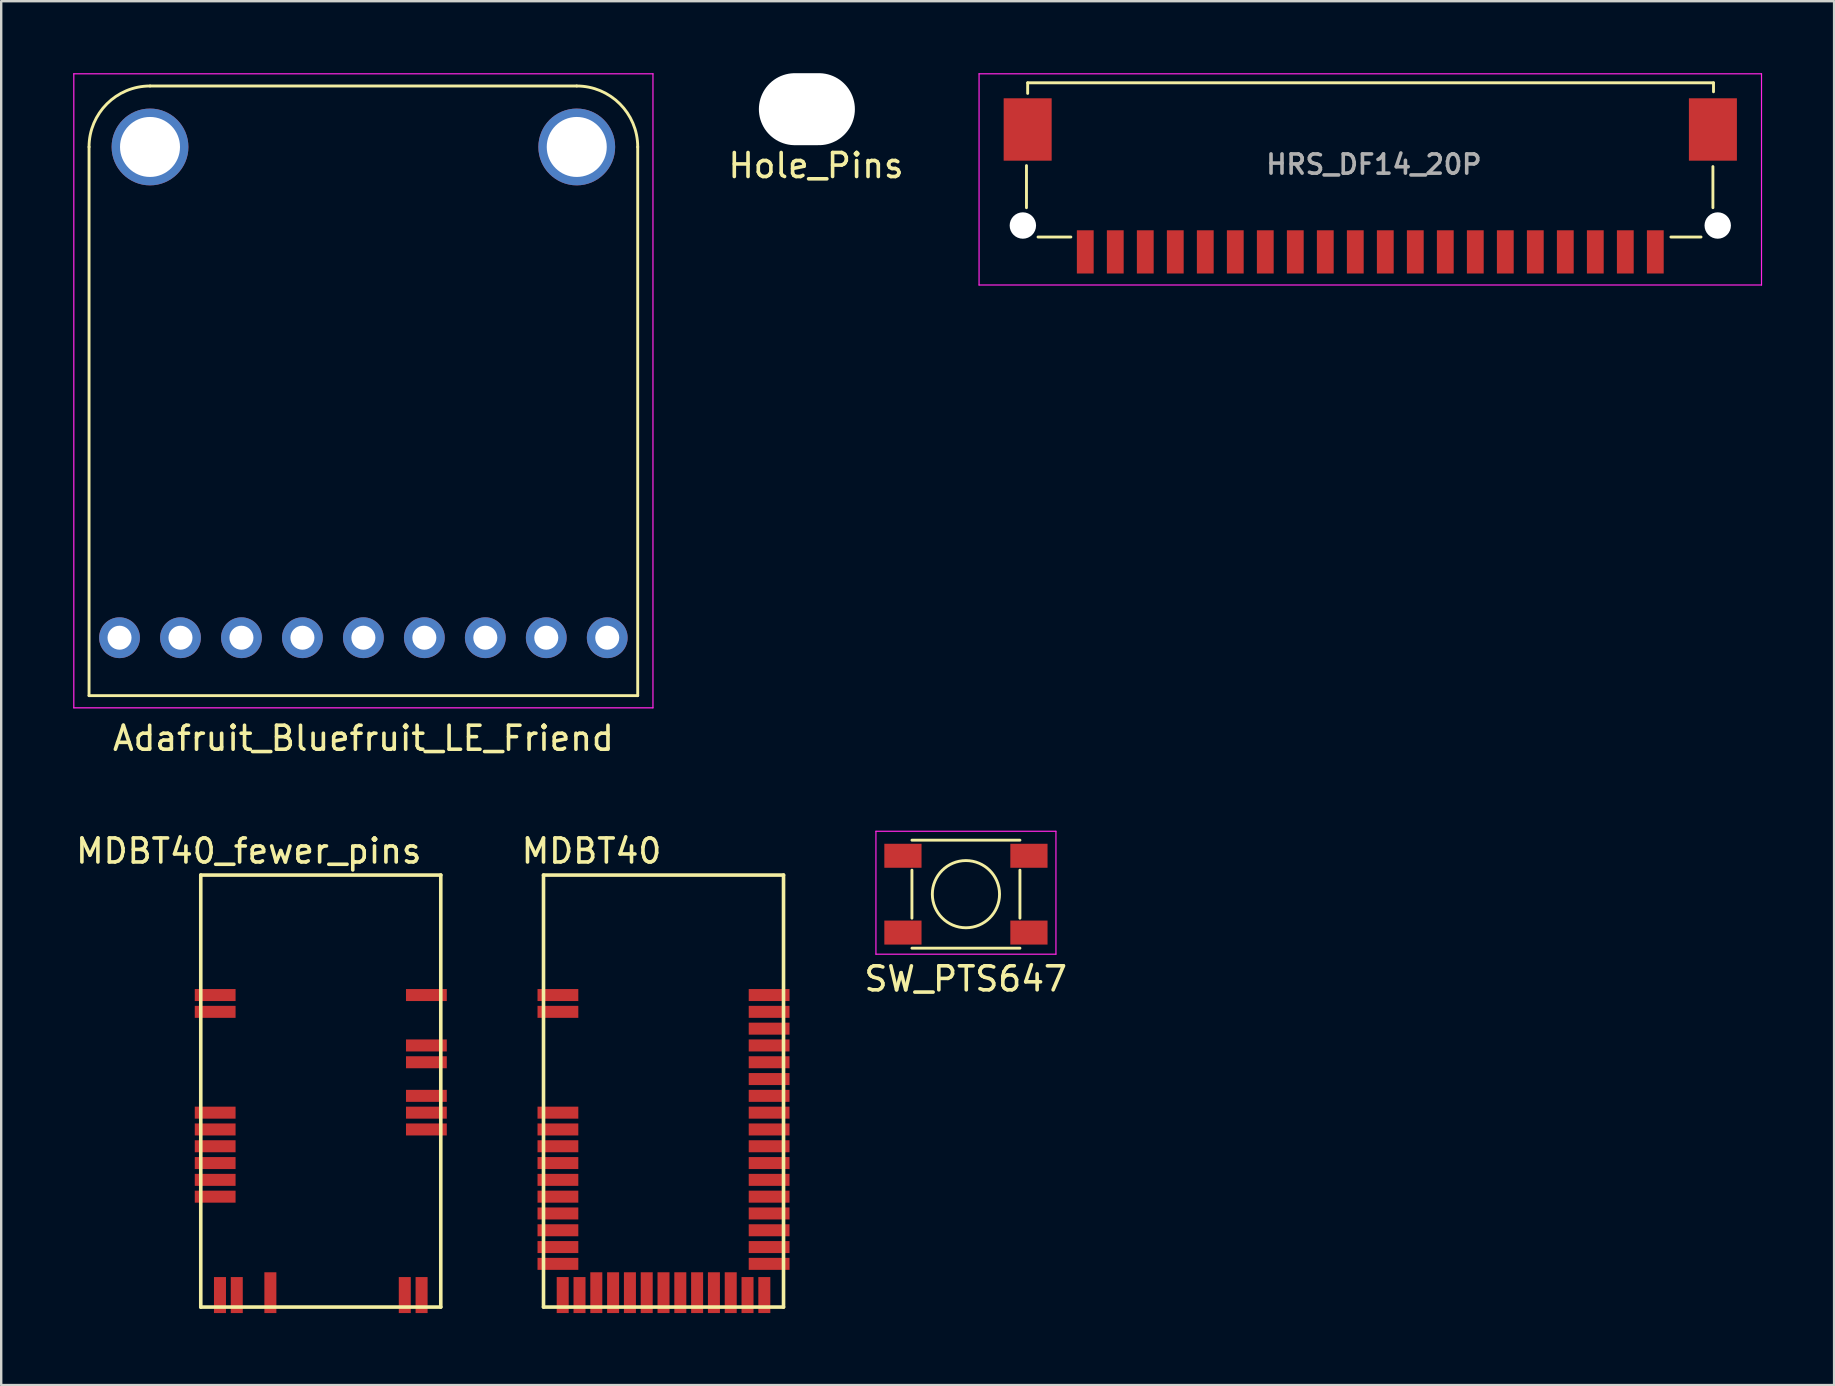
<source format=kicad_pcb>
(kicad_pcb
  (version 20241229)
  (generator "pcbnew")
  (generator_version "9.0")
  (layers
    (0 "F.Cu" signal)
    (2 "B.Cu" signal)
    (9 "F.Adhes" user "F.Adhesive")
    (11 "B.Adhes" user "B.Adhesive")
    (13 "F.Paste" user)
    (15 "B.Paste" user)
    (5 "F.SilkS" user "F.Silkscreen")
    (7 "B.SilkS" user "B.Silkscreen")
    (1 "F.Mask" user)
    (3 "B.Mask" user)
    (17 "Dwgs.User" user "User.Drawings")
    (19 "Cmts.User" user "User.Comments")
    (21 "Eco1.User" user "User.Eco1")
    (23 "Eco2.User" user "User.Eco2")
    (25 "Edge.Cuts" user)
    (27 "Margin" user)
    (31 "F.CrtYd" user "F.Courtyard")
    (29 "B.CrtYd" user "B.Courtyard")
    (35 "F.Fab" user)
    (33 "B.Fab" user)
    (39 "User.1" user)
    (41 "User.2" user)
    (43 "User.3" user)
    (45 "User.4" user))
  (footprint "MDBT40_fewer_pins"
    (layer "F.Cu")
    (at 10.315 42.408)
    (property "Reference" "MDBT40_fewer_pins" (at -3 -10 0) (layer "F.SilkS") (effects (font (size 1 1) (thickness 0.15))))
    (attr smd)
    (fp_line (start -5 -9) (end -5 9) (stroke (width 0.15) (type solid)) (layer "F.SilkS"))
    (fp_line (start -5 9) (end 5 9) (stroke (width 0.15) (type solid)) (layer "F.SilkS"))
    (fp_line (start 5 -9) (end -5 -9) (stroke (width 0.15) (type solid)) (layer "F.SilkS"))
    (fp_line (start 5 9) (end 5 -9) (stroke (width 0.15) (type solid)) (layer "F.SilkS"))
    (pad "1" smd rect (at -5 -4) (size 1.7 0.5) (drill (offset 0.6 0)) (layers "F.Cu" "F.Mask" "F.Paste"))
    (pad "2" smd rect (at -5 -3.3) (size 1.7 0.5) (drill (offset 0.6 0)) (layers "F.Cu" "F.Mask" "F.Paste"))
    (pad "3" smd rect (at -5 0.9) (size 1.7 0.5) (drill (offset 0.6 0)) (layers "F.Cu" "F.Mask" "F.Paste"))
    (pad "4" smd rect (at -5 1.6) (size 1.7 0.5) (drill (offset 0.6 0)) (layers "F.Cu" "F.Mask" "F.Paste"))
    (pad "5" smd rect (at -5 2.3) (size 1.7 0.5) (drill (offset 0.6 0)) (layers "F.Cu" "F.Mask" "F.Paste"))
    (pad "6" smd rect (at -5 3) (size 1.7 0.5) (drill (offset 0.6 0)) (layers "F.Cu" "F.Mask" "F.Paste"))
    (pad "7" smd rect (at -5 3.7) (size 1.7 0.5) (drill (offset 0.6 0)) (layers "F.Cu" "F.Mask" "F.Paste"))
    (pad "8" smd rect (at -5 4.4) (size 1.7 0.5) (drill (offset 0.6 0)) (layers "F.Cu" "F.Mask" "F.Paste"))
    (pad "13" smd rect (at -4.2 9 90) (size 1.5 0.5) (drill (offset 0.5 0)) (layers "F.Cu" "F.Mask" "F.Paste"))
    (pad "14" smd rect (at -3.5 9 90) (size 1.5 0.5) (drill (offset 0.5 0)) (layers "F.Cu" "F.Mask" "F.Paste"))
    (pad "16" smd rect (at -2.1 9 90) (size 1.7 0.5) (drill (offset 0.6 0)) (layers "F.Cu" "F.Mask" "F.Paste"))
    (pad "24" smd rect (at 3.5 9 90) (size 1.5 0.5) (drill (offset 0.5 0)) (layers "F.Cu" "F.Mask" "F.Paste"))
    (pad "25" smd rect (at 4.2 9 90) (size 1.5 0.5) (drill (offset 0.5 0)) (layers "F.Cu" "F.Mask" "F.Paste"))
    (pad "34" smd rect (at 5 1.6 180) (size 1.7 0.5) (drill (offset 0.6 0)) (layers "F.Cu" "F.Mask" "F.Paste"))
    (pad "35" smd rect (at 5 0.9 180) (size 1.7 0.5) (drill (offset 0.6 0)) (layers "F.Cu" "F.Mask" "F.Paste"))
    (pad "36" smd rect (at 5 0.2 180) (size 1.7 0.5) (drill (offset 0.6 0)) (layers "F.Cu" "F.Mask" "F.Paste"))
    (pad "38" smd rect (at 5 -1.2 180) (size 1.7 0.5) (drill (offset 0.6 0)) (layers "F.Cu" "F.Mask" "F.Paste"))
    (pad "39" smd rect (at 5 -1.9 180) (size 1.7 0.5) (drill (offset 0.6 0)) (layers "F.Cu" "F.Mask" "F.Paste"))
    (pad "42" smd rect (at 5 -4 180) (size 1.7 0.5) (drill (offset 0.6 0)) (layers "F.Cu" "F.Mask" "F.Paste")))
  (footprint "Hole_Pins"
    (layer "F.Cu")
    (at 30.568 1.563)
    (property "Reference" "Hole_Pins" (at 0.381 2.286 0) (layer "F.SilkS") (effects (font (size 1 1) (thickness 0.15))))
    (attr through_hole)
    (pad "" np_thru_hole oval (at 0 -0.064) (size 4 3) (drill oval 4 3) (layers "*.Cu" "*.Mask")))
  (footprint "HRS_DF14_20P"
    (layer "F.Cu")
    (at 54.042 4.525)
    (property "Reference" "HRS_DF14_20P" (at 0.15 -0.725 0) (layer "F.Fab") (effects (font (size 0.8 0.8) (thickness 0.15))))
    (attr through_hole)
    (fp_line (start -14.325 -0.675) (end -14.325 1.079) (stroke (width 0.12) (type solid)) (layer "F.SilkS"))
    (fp_line (start -14.275 -4.125) (end 14.3 -4.125) (stroke (width 0.12) (type solid)) (layer "F.SilkS"))
    (fp_line (start -14.275 -3.683) (end -14.275 -4.125) (stroke (width 0.12) (type solid)) (layer "F.SilkS"))
    (fp_line (start -13.843 2.3) (end -12.475 2.3) (stroke (width 0.12) (type solid)) (layer "F.SilkS"))
    (fp_line (start 13.78 2.3) (end 12.525 2.3) (stroke (width 0.12) (type solid)) (layer "F.SilkS"))
    (fp_line (start 14.275 -0.635) (end 14.275 1.079) (stroke (width 0.12) (type solid)) (layer "F.SilkS"))
    (fp_line (start 14.3 -4.125) (end 14.3 -3.75) (stroke (width 0.12) (type solid)) (layer "F.SilkS"))
    (fp_line (start -16.3 -4.5) (end 16.3 -4.5) (stroke (width 0.05) (type solid)) (layer "F.CrtYd"))
    (fp_line (start -16.3 4.3) (end -16.3 -4.5) (stroke (width 0.05) (type solid)) (layer "F.CrtYd"))
    (fp_line (start -16.3 4.3) (end 16.3 4.3) (stroke (width 0.05) (type solid)) (layer "F.CrtYd"))
    (fp_line (start 16.3 -4.5) (end 16.3 4.3) (stroke (width 0.05) (type solid)) (layer "F.CrtYd"))
    (pad "" np_thru_hole circle (at -14.475 1.821) (size 1.1 1.1) (drill 1.1) (layers "*.Cu" "*.Mask"))
    (pad "" np_thru_hole circle (at 14.476 1.821) (size 1.1 1.1) (drill 1.1) (layers "*.Cu" "*.Mask"))
    (pad "1" smd rect (at 11.875 2.92) (size 0.7 1.8) (layers "F.Cu" "F.Mask" "F.Paste"))
    (pad "2" smd rect (at 10.625 2.92) (size 0.7 1.8) (layers "F.Cu" "F.Mask" "F.Paste"))
    (pad "3" smd rect (at 9.375 2.92) (size 0.7 1.8) (layers "F.Cu" "F.Mask" "F.Paste"))
    (pad "4" smd rect (at 8.125 2.92) (size 0.7 1.8) (layers "F.Cu" "F.Mask" "F.Paste"))
    (pad "5" smd rect (at 6.875 2.92) (size 0.7 1.8) (layers "F.Cu" "F.Mask" "F.Paste"))
    (pad "6" smd rect (at 5.625 2.92) (size 0.7 1.8) (layers "F.Cu" "F.Mask" "F.Paste"))
    (pad "7" smd rect (at 4.375 2.92) (size 0.7 1.8) (layers "F.Cu" "F.Mask" "F.Paste"))
    (pad "8" smd rect (at 3.125 2.92) (size 0.7 1.8) (layers "F.Cu" "F.Mask" "F.Paste"))
    (pad "9" smd rect (at 1.875 2.92) (size 0.7 1.8) (layers "F.Cu" "F.Mask" "F.Paste"))
    (pad "10" smd rect (at 0.625 2.92) (size 0.7 1.8) (layers "F.Cu" "F.Mask" "F.Paste"))
    (pad "11" smd rect (at -0.625 2.92) (size 0.7 1.8) (layers "F.Cu" "F.Mask" "F.Paste"))
    (pad "12" smd rect (at -1.875 2.92) (size 0.7 1.8) (layers "F.Cu" "F.Mask" "F.Paste"))
    (pad "13" smd rect (at -3.125 2.92) (size 0.7 1.8) (layers "F.Cu" "F.Mask" "F.Paste"))
    (pad "14" smd rect (at -4.375 2.92) (size 0.7 1.8) (layers "F.Cu" "F.Mask" "F.Paste"))
    (pad "15" smd rect (at -5.625 2.92) (size 0.7 1.8) (layers "F.Cu" "F.Mask" "F.Paste"))
    (pad "16" smd rect (at -6.875 2.92) (size 0.7 1.8) (layers "F.Cu" "F.Mask" "F.Paste"))
    (pad "17" smd rect (at -8.125 2.92) (size 0.7 1.8) (layers "F.Cu" "F.Mask" "F.Paste"))
    (pad "18" smd rect (at -9.375 2.92) (size 0.7 1.8) (layers "F.Cu" "F.Mask" "F.Paste"))
    (pad "19" smd rect (at -10.625 2.92) (size 0.7 1.8) (layers "F.Cu" "F.Mask" "F.Paste"))
    (pad "20" smd rect (at -11.875 2.92) (size 0.7 1.8) (layers "F.Cu" "F.Mask" "F.Paste"))
    (pad "MP" smd rect (at -14.275 -2.18) (size 2 2.6) (layers "F.Cu" "F.Mask" "F.Paste"))
    (pad "MP" smd rect (at 14.275 -2.18) (size 2 2.6) (layers "F.Cu" "F.Mask" "F.Paste")))
  (footprint "Adafruit_Bluefruit_LE_Friend"
    (layer "F.Cu")
    (at 12.09 23.52)
    (property "Reference" "Adafruit_Bluefruit_LE_Friend" (at 0 4.191 0) (layer "F.SilkS") (effects (font (size 1 1) (thickness 0.15))))
    (attr through_hole)
    (fp_line (start -11.43 2.413) (end -11.43 -20.447) (stroke (width 0.12) (type solid)) (layer "F.SilkS"))
    (fp_line (start -11.43 2.413) (end 11.43 2.413) (stroke (width 0.12) (type solid)) (layer "F.SilkS"))
    (fp_line (start -8.89 -22.987) (end 8.89 -22.987) (stroke (width 0.12) (type solid)) (layer "F.SilkS"))
    (fp_line (start 11.43 2.413) (end 11.43 -20.447) (stroke (width 0.12) (type solid)) (layer "F.SilkS"))
    (fp_arc (start -11.43 -20.447) (mid -10.686051 -22.243051) (end -8.89 -22.987) (stroke (width 0.12) (type solid)) (layer "F.SilkS"))
    (fp_arc (start 8.89 -22.987) (mid 10.686051 -22.243051) (end 11.43 -20.447) (stroke (width 0.12) (type solid)) (layer "F.SilkS"))
    (fp_line (start -12.065 -23.495) (end 12.065 -23.495) (stroke (width 0.051) (type solid)) (layer "F.CrtYd"))
    (fp_line (start -12.065 2.921) (end -12.065 -23.495) (stroke (width 0.051) (type solid)) (layer "F.CrtYd"))
    (fp_line (start -12.065 2.921) (end 12.065 2.921) (stroke (width 0.051) (type solid)) (layer "F.CrtYd"))
    (fp_line (start 12.065 2.921) (end 12.065 -23.495) (stroke (width 0.051) (type solid)) (layer "F.CrtYd"))
    (pad "" thru_hole circle (at -8.89 -20.447) (size 3.2 3.2) (drill 2.5) (layers "*.Cu" "*.Mask"))
    (pad "" thru_hole circle (at 8.89 -20.447) (size 3.2 3.2) (drill 2.5) (layers "*.Cu" "*.Mask"))
    (pad "1" thru_hole circle (at -10.16 0) (size 1.7 1.7) (drill 1) (layers "*.Cu" "*.Mask"))
    (pad "2" thru_hole circle (at -7.62 0) (size 1.7 1.7) (drill 1) (layers "*.Cu" "*.Mask"))
    (pad "3" thru_hole circle (at -5.08 0) (size 1.7 1.7) (drill 1) (layers "*.Cu" "*.Mask"))
    (pad "4" thru_hole circle (at -2.54 0) (size 1.7 1.7) (drill 1) (layers "*.Cu" "*.Mask"))
    (pad "5" thru_hole circle (at 0 0) (size 1.7 1.7) (drill 1) (layers "*.Cu" "*.Mask"))
    (pad "6" thru_hole circle (at 2.54 0) (size 1.7 1.7) (drill 1) (layers "*.Cu" "*.Mask"))
    (pad "7" thru_hole circle (at 5.08 0) (size 1.7 1.7) (drill 1) (layers "*.Cu" "*.Mask"))
    (pad "8" thru_hole circle (at 7.62 0) (size 1.7 1.7) (drill 1) (layers "*.Cu" "*.Mask"))
    (pad "9" thru_hole circle (at 10.16 0) (size 1.7 1.7) (drill 1) (layers "*.Cu" "*.Mask")))
  (footprint "SW_PTS647"
    (layer "F.Cu")
    (at 37.195 34.205)
    (property "Reference" "SW_PTS647" (at -0.01 3.53 0) (layer "F.SilkS") (effects (font (size 1 1) (thickness 0.15))))
    (attr through_hole)
    (fp_line (start -2.25 -2.25) (end 2.25 -2.25) (stroke (width 0.12) (type solid)) (layer "F.SilkS"))
    (fp_line (start -2.25 -1) (end -2.25 1) (stroke (width 0.12) (type solid)) (layer "F.SilkS"))
    (fp_line (start -2.25 2.25) (end 2.25 2.25) (stroke (width 0.12) (type solid)) (layer "F.SilkS"))
    (fp_line (start 2.25 1) (end 2.25 -1) (stroke (width 0.12) (type solid)) (layer "F.SilkS"))
    (fp_circle (center 0 0) (end 1.4 0) (stroke (width 0.12) (type solid)) (fill no) (layer "F.SilkS"))
    (fp_line (start -3.75 -2.62) (end 3.75 -2.62) (stroke (width 0.05) (type solid)) (layer "F.CrtYd"))
    (fp_line (start -3.75 2.5) (end -3.75 -2.62) (stroke (width 0.05) (type solid)) (layer "F.CrtYd"))
    (fp_line (start -3.75 2.5) (end 3.75 2.5) (stroke (width 0.05) (type solid)) (layer "F.CrtYd"))
    (fp_line (start 3.75 2.5) (end 3.75 -2.62) (stroke (width 0.05) (type solid)) (layer "F.CrtYd"))
    (pad "1" smd rect (at -2.625 -1.6) (size 1.55 1) (layers "F.Cu" "F.Mask" "F.Paste"))
    (pad "1" smd rect (at 2.625 -1.6) (size 1.55 1) (layers "F.Cu" "F.Mask" "F.Paste"))
    (pad "2" smd rect (at -2.625 1.6) (size 1.55 1) (layers "F.Cu" "F.Mask" "F.Paste"))
    (pad "2" smd rect (at 2.625 1.6) (size 1.55 1) (layers "F.Cu" "F.Mask" "F.Paste")))
  (footprint "MDBT40"
    (layer "F.Cu")
    (at 24.595 42.408)
    (property "Reference" "MDBT40" (at -3 -10 0) (layer "F.SilkS") (effects (font (size 1 1) (thickness 0.15))))
    (attr smd)
    (fp_line (start -5 -9) (end -5 9) (stroke (width 0.15) (type solid)) (layer "F.SilkS"))
    (fp_line (start -5 9) (end 5 9) (stroke (width 0.15) (type solid)) (layer "F.SilkS"))
    (fp_line (start 5 -9) (end -5 -9) (stroke (width 0.15) (type solid)) (layer "F.SilkS"))
    (fp_line (start 5 9) (end 5 -9) (stroke (width 0.15) (type solid)) (layer "F.SilkS"))
    (pad "1" smd rect (at -5 -4) (size 1.7 0.5) (drill (offset 0.6 0)) (layers "F.Cu" "F.Mask" "F.Paste"))
    (pad "2" smd rect (at -5 -3.3) (size 1.7 0.5) (drill (offset 0.6 0)) (layers "F.Cu" "F.Mask" "F.Paste"))
    (pad "3" smd rect (at -5 0.9) (size 1.7 0.5) (drill (offset 0.6 0)) (layers "F.Cu" "F.Mask" "F.Paste"))
    (pad "4" smd rect (at -5 1.6) (size 1.7 0.5) (drill (offset 0.6 0)) (layers "F.Cu" "F.Mask" "F.Paste"))
    (pad "5" smd rect (at -5 2.3) (size 1.7 0.5) (drill (offset 0.6 0)) (layers "F.Cu" "F.Mask" "F.Paste"))
    (pad "6" smd rect (at -5 3) (size 1.7 0.5) (drill (offset 0.6 0)) (layers "F.Cu" "F.Mask" "F.Paste"))
    (pad "7" smd rect (at -5 3.7) (size 1.7 0.5) (drill (offset 0.6 0)) (layers "F.Cu" "F.Mask" "F.Paste"))
    (pad "8" smd rect (at -5 4.4) (size 1.7 0.5) (drill (offset 0.6 0)) (layers "F.Cu" "F.Mask" "F.Paste"))
    (pad "9" smd rect (at -5 5.1) (size 1.7 0.5) (drill (offset 0.6 0)) (layers "F.Cu" "F.Mask" "F.Paste"))
    (pad "10" smd rect (at -5 5.8) (size 1.7 0.5) (drill (offset 0.6 0)) (layers "F.Cu" "F.Mask" "F.Paste"))
    (pad "11" smd rect (at -5 6.5) (size 1.7 0.5) (drill (offset 0.6 0)) (layers "F.Cu" "F.Mask" "F.Paste"))
    (pad "12" smd rect (at -5 7.2) (size 1.7 0.5) (drill (offset 0.6 0)) (layers "F.Cu" "F.Mask" "F.Paste"))
    (pad "13" smd rect (at -4.2 9 90) (size 1.5 0.5) (drill (offset 0.5 0)) (layers "F.Cu" "F.Mask" "F.Paste"))
    (pad "14" smd rect (at -3.5 9 90) (size 1.5 0.5) (drill (offset 0.5 0)) (layers "F.Cu" "F.Mask" "F.Paste"))
    (pad "15" smd rect (at -2.8 9 90) (size 1.7 0.5) (drill (offset 0.6 0)) (layers "F.Cu" "F.Mask" "F.Paste"))
    (pad "16" smd rect (at -2.1 9 90) (size 1.7 0.5) (drill (offset 0.6 0)) (layers "F.Cu" "F.Mask" "F.Paste"))
    (pad "17" smd rect (at -1.4 9 90) (size 1.7 0.5) (drill (offset 0.6 0)) (layers "F.Cu" "F.Mask" "F.Paste"))
    (pad "18" smd rect (at -0.7 9 90) (size 1.7 0.5) (drill (offset 0.6 0)) (layers "F.Cu" "F.Mask" "F.Paste"))
    (pad "19" smd rect (at 0 9 90) (size 1.7 0.5) (drill (offset 0.6 0)) (layers "F.Cu" "F.Mask" "F.Paste"))
    (pad "20" smd rect (at 0.7 9 90) (size 1.7 0.5) (drill (offset 0.6 0)) (layers "F.Cu" "F.Mask" "F.Paste"))
    (pad "21" smd rect (at 1.4 9 90) (size 1.7 0.5) (drill (offset 0.6 0)) (layers "F.Cu" "F.Mask" "F.Paste"))
    (pad "22" smd rect (at 2.1 9 90) (size 1.7 0.5) (drill (offset 0.6 0)) (layers "F.Cu" "F.Mask" "F.Paste"))
    (pad "23" smd rect (at 2.8 9 90) (size 1.7 0.5) (drill (offset 0.6 0)) (layers "F.Cu" "F.Mask" "F.Paste"))
    (pad "24" smd rect (at 3.5 9 90) (size 1.5 0.5) (drill (offset 0.5 0)) (layers "F.Cu" "F.Mask" "F.Paste"))
    (pad "25" smd rect (at 4.2 9 90) (size 1.5 0.5) (drill (offset 0.5 0)) (layers "F.Cu" "F.Mask" "F.Paste"))
    (pad "26" smd rect (at 5 7.2 180) (size 1.7 0.5) (drill (offset 0.6 0)) (layers "F.Cu" "F.Mask" "F.Paste"))
    (pad "27" smd rect (at 5 6.5 180) (size 1.7 0.5) (drill (offset 0.6 0)) (layers "F.Cu" "F.Mask" "F.Paste"))
    (pad "28" smd rect (at 5 5.8 180) (size 1.7 0.5) (drill (offset 0.6 0)) (layers "F.Cu" "F.Mask" "F.Paste"))
    (pad "29" smd rect (at 5 5.1 180) (size 1.7 0.5) (drill (offset 0.6 0)) (layers "F.Cu" "F.Mask" "F.Paste"))
    (pad "30" smd rect (at 5 4.4 180) (size 1.7 0.5) (drill (offset 0.6 0)) (layers "F.Cu" "F.Mask" "F.Paste"))
    (pad "31" smd rect (at 5 3.7 180) (size 1.7 0.5) (drill (offset 0.6 0)) (layers "F.Cu" "F.Mask" "F.Paste"))
    (pad "32" smd rect (at 5 3 180) (size 1.7 0.5) (drill (offset 0.6 0)) (layers "F.Cu" "F.Mask" "F.Paste"))
    (pad "33" smd rect (at 5 2.3 180) (size 1.7 0.5) (drill (offset 0.6 0)) (layers "F.Cu" "F.Mask" "F.Paste"))
    (pad "34" smd rect (at 5 1.6 180) (size 1.7 0.5) (drill (offset 0.6 0)) (layers "F.Cu" "F.Mask" "F.Paste"))
    (pad "35" smd rect (at 5 0.9 180) (size 1.7 0.5) (drill (offset 0.6 0)) (layers "F.Cu" "F.Mask" "F.Paste"))
    (pad "36" smd rect (at 5 0.2 180) (size 1.7 0.5) (drill (offset 0.6 0)) (layers "F.Cu" "F.Mask" "F.Paste"))
    (pad "37" smd rect (at 5 -0.5 180) (size 1.7 0.5) (drill (offset 0.6 0)) (layers "F.Cu" "F.Mask" "F.Paste"))
    (pad "38" smd rect (at 5 -1.2 180) (size 1.7 0.5) (drill (offset 0.6 0)) (layers "F.Cu" "F.Mask" "F.Paste"))
    (pad "39" smd rect (at 5 -1.9 180) (size 1.7 0.5) (drill (offset 0.6 0)) (layers "F.Cu" "F.Mask" "F.Paste"))
    (pad "40" smd rect (at 5 -2.6 180) (size 1.7 0.5) (drill (offset 0.6 0)) (layers "F.Cu" "F.Mask" "F.Paste"))
    (pad "41" smd rect (at 5 -3.3 180) (size 1.7 0.5) (drill (offset 0.6 0)) (layers "F.Cu" "F.Mask" "F.Paste"))
    (pad "42" smd rect (at 5 -4 180) (size 1.7 0.5) (drill (offset 0.6 0)) (layers "F.Cu" "F.Mask" "F.Paste")))
  (gr_rect
    (start -3 -3)
    (end 73.367 54.658)
    (stroke (width 0.1) (type default))
    (fill no)
    (layer "Edge.Cuts")))
</source>
